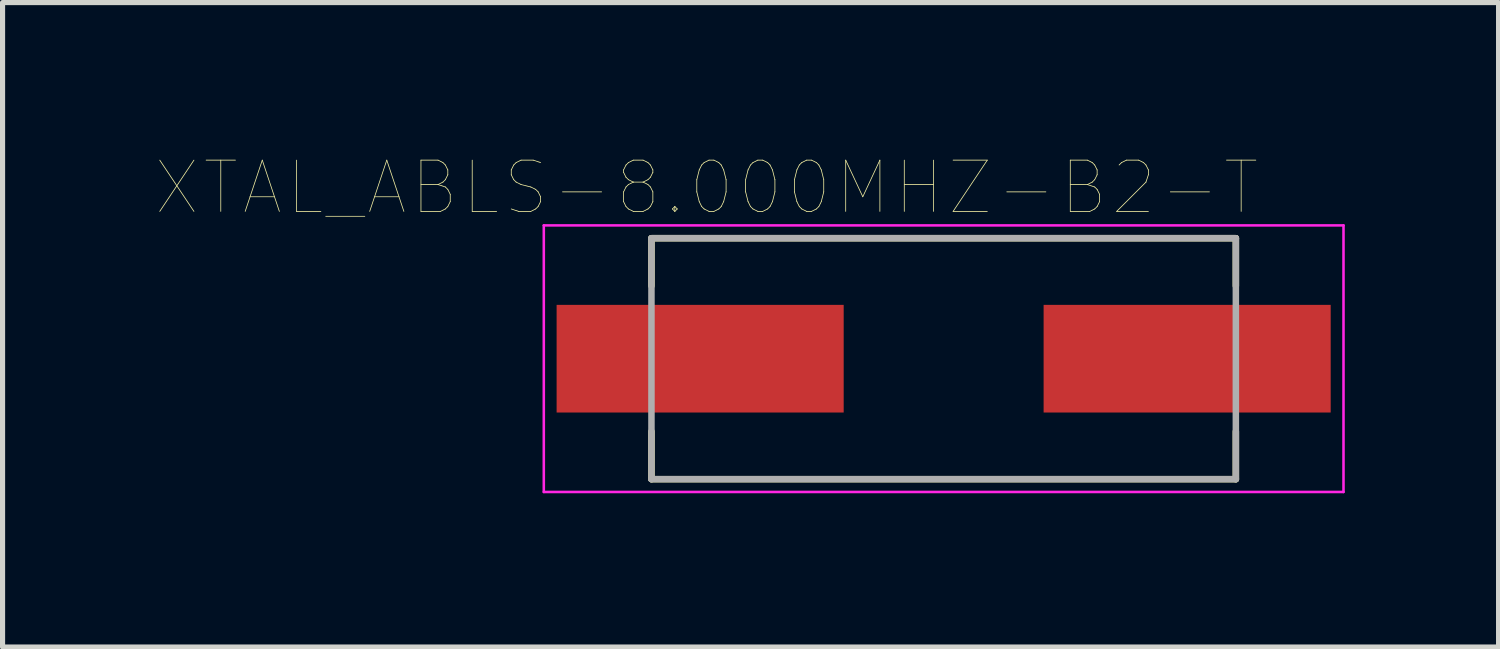
<source format=kicad_pcb>
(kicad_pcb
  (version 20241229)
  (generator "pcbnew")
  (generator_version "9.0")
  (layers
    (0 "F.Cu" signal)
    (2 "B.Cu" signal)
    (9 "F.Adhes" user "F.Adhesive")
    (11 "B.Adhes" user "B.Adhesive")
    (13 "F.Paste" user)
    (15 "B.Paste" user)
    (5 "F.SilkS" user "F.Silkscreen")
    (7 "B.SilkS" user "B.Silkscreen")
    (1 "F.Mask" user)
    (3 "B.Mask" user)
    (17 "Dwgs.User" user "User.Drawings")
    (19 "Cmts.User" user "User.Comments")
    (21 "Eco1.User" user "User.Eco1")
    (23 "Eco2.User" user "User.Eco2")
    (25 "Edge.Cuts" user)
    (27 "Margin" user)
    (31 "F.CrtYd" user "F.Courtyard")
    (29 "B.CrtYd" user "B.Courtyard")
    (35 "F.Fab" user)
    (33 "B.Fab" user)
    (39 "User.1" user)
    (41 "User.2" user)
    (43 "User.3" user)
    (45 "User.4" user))
  (footprint "XTAL_ABLS-8.000MHZ-B2-T"
    (layer "F.Cu")
    (at 15.358 3.947)
    (property "Reference" "XTAL_ABLS-8.000MHZ-B2-T" (at -4.625 -3.335 0) (layer "F.SilkS") (effects (font (size 1 1) (thickness 0.015))))
    (attr through_hole)
    (fp_line (start -5.7 -2.35) (end 5.7 -2.35) (stroke (width 0.127) (type solid)) (layer "F.SilkS"))
    (fp_line (start -5.7 -1.42) (end -5.7 -2.35) (stroke (width 0.127) (type solid)) (layer "F.SilkS"))
    (fp_line (start -5.7 1.42) (end -5.7 2.35) (stroke (width 0.127) (type solid)) (layer "F.SilkS"))
    (fp_line (start -5.7 2.35) (end 5.7 2.35) (stroke (width 0.127) (type solid)) (layer "F.SilkS"))
    (fp_line (start 5.7 -2.35) (end 5.7 -1.42) (stroke (width 0.127) (type solid)) (layer "F.SilkS"))
    (fp_line (start 5.7 2.35) (end 5.7 1.42) (stroke (width 0.127) (type solid)) (layer "F.SilkS"))
    (fp_line (start -7.8 -2.6) (end 7.8 -2.6) (stroke (width 0.05) (type solid)) (layer "F.CrtYd"))
    (fp_line (start -7.8 2.6) (end -7.8 -2.6) (stroke (width 0.05) (type solid)) (layer "F.CrtYd"))
    (fp_line (start 7.8 -2.6) (end 7.8 2.6) (stroke (width 0.05) (type solid)) (layer "F.CrtYd"))
    (fp_line (start 7.8 2.6) (end -7.8 2.6) (stroke (width 0.05) (type solid)) (layer "F.CrtYd"))
    (fp_line (start -5.7 -2.35) (end 5.7 -2.35) (stroke (width 0.127) (type solid)) (layer "F.Fab"))
    (fp_line (start -5.7 2.35) (end -5.7 -2.35) (stroke (width 0.127) (type solid)) (layer "F.Fab"))
    (fp_line (start 5.7 -2.35) (end 5.7 2.35) (stroke (width 0.127) (type solid)) (layer "F.Fab"))
    (fp_line (start 5.7 2.35) (end -5.7 2.35) (stroke (width 0.127) (type solid)) (layer "F.Fab"))
    (pad "1" smd rect (at -4.75 0) (size 5.6 2.1) (layers "F.Cu" "F.Mask" "F.Paste"))
    (pad "2" smd rect (at 4.75 0) (size 5.6 2.1) (layers "F.Cu" "F.Mask" "F.Paste")))
  (gr_rect
    (start -3 -3)
    (end 26.183 9.572)
    (stroke (width 0.1) (type default))
    (fill no)
    (layer "Edge.Cuts")))
</source>
